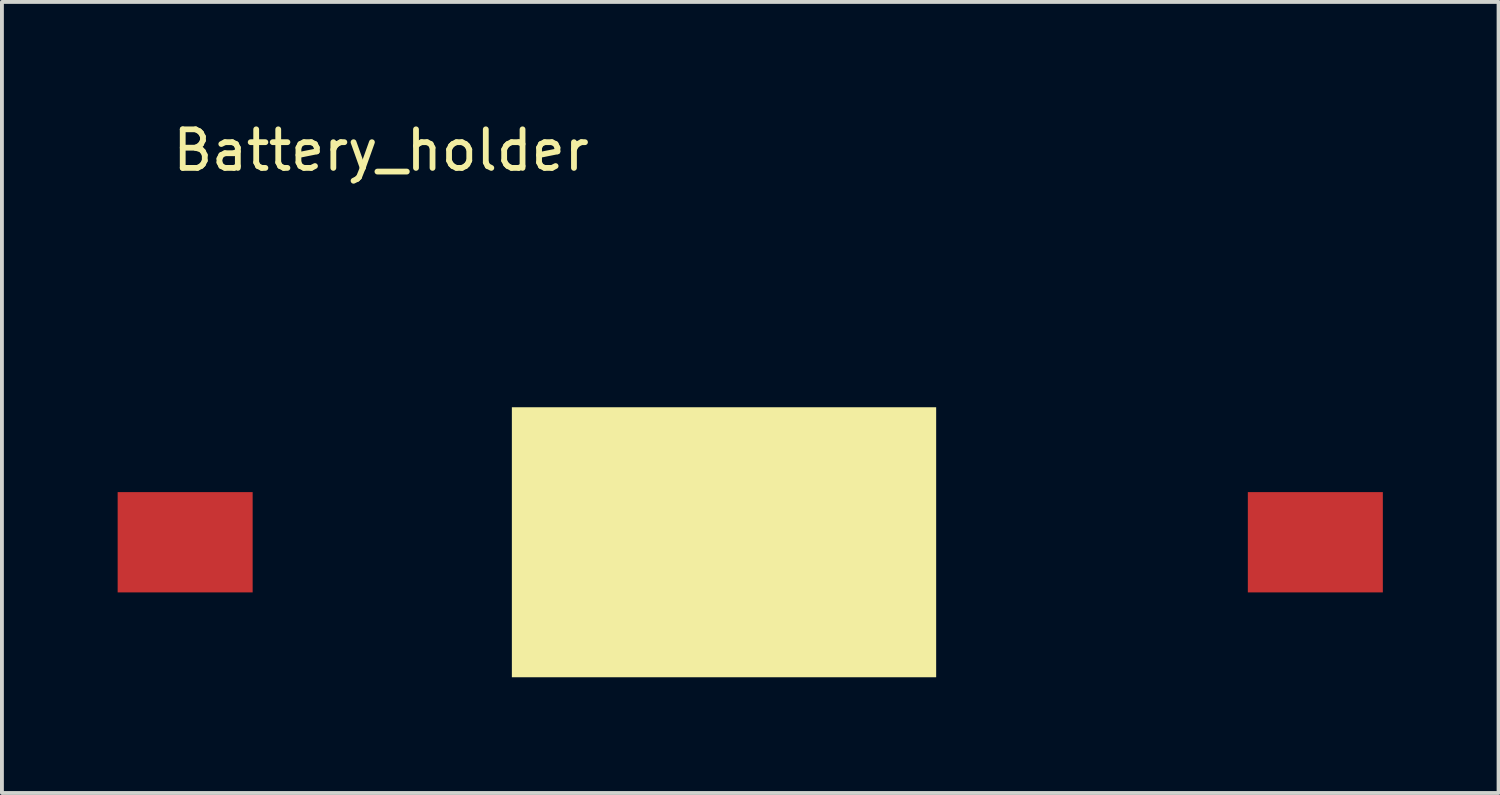
<source format=kicad_pcb>
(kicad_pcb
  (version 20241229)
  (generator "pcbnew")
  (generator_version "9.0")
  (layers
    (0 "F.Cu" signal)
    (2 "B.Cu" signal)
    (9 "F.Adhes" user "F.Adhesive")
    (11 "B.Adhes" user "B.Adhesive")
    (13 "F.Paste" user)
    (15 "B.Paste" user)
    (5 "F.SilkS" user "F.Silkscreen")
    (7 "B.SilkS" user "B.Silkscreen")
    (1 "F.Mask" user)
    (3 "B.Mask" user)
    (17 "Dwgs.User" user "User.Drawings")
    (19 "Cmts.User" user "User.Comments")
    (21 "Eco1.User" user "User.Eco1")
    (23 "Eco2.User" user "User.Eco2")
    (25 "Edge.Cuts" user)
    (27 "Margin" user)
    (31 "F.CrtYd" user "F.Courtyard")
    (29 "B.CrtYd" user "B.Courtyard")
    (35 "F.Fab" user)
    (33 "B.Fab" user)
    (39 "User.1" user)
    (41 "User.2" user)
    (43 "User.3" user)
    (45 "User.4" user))
  (footprint "Battery_holder"
    (layer "F.Cu")
    (at 1.75 11.008)
    (property "Reference" "Battery_holder" (at 5.08 -10.16 0) (layer "F.SilkS") (effects (font (size 1 1) (thickness 0.15))))
    (attr through_hole)
    (pad "" smd rect (at 13.97 0) (size 11 7) (layers "F.SilkS"))
    (pad "1" smd rect (at 29.3 0) (size 3.5 2.6) (layers "F.Cu" "F.Mask" "F.Paste"))
    (pad "2" smd rect (at 0 0) (size 3.5 2.6) (layers "F.Cu" "F.Mask" "F.Paste")))
  (gr_rect
    (start -3 -3)
    (end 35.8 17.508)
    (stroke (width 0.1) (type default))
    (fill no)
    (layer "Edge.Cuts")))
</source>
